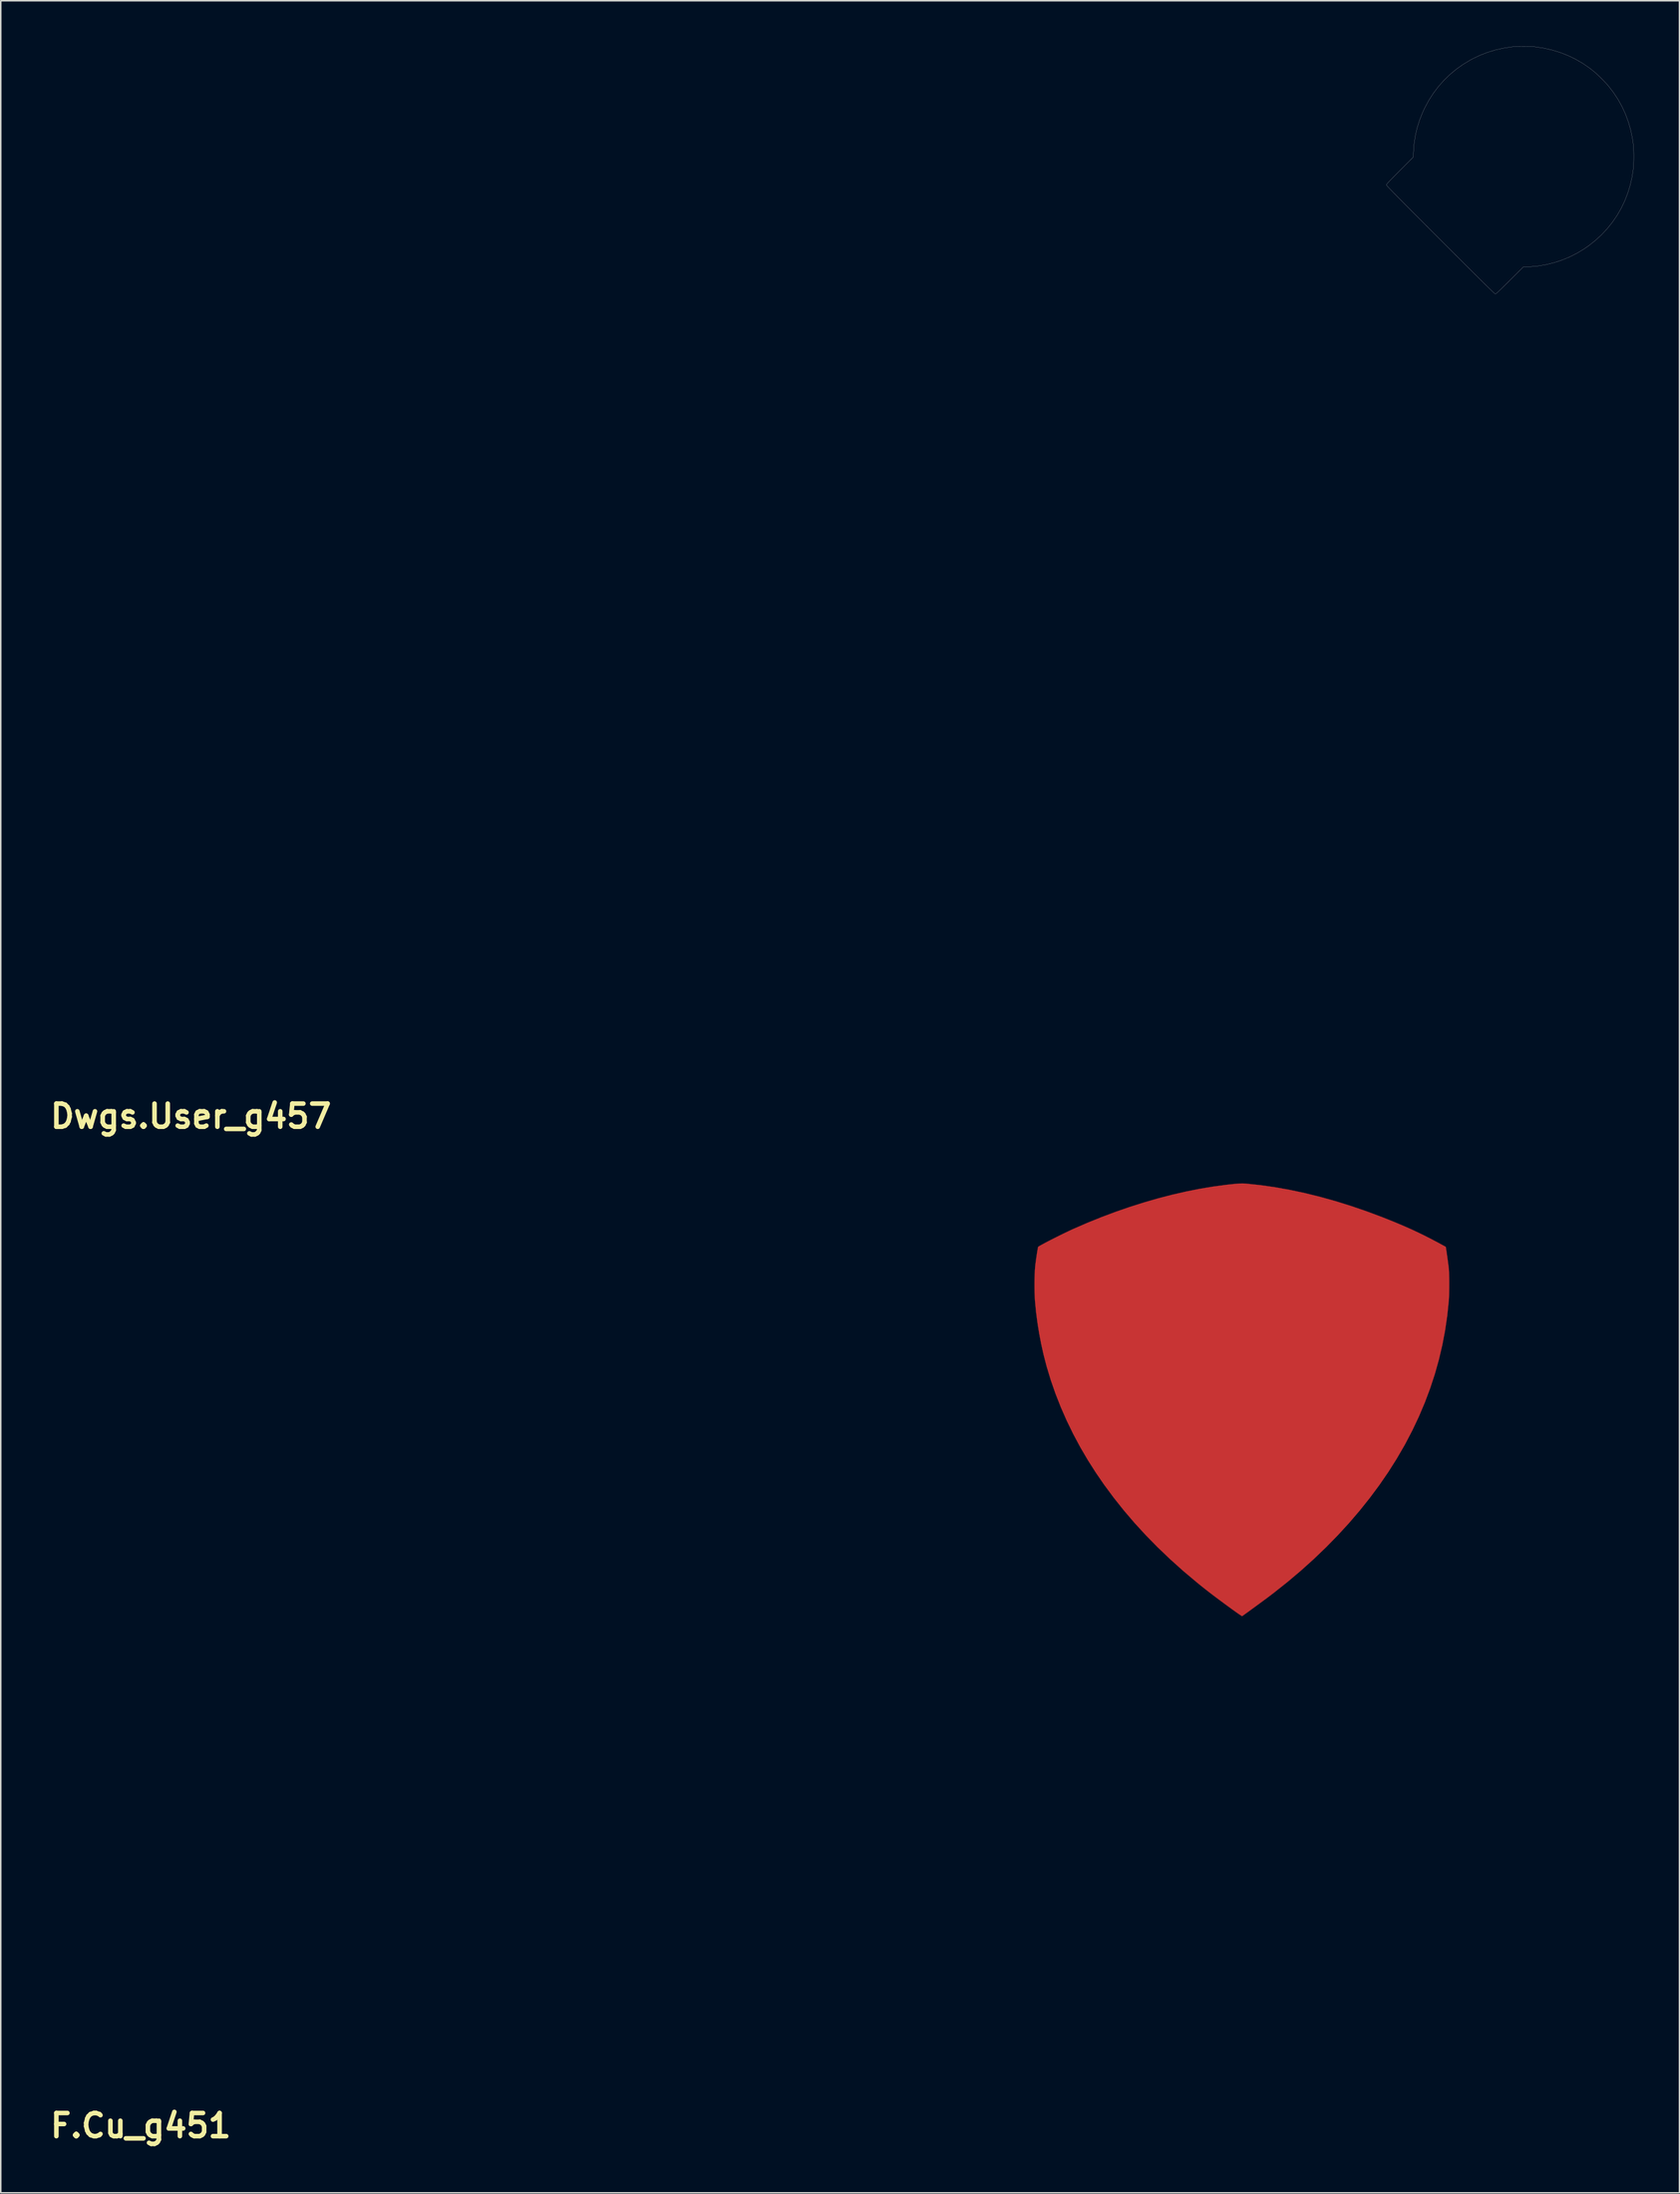
<source format=kicad_pcb>
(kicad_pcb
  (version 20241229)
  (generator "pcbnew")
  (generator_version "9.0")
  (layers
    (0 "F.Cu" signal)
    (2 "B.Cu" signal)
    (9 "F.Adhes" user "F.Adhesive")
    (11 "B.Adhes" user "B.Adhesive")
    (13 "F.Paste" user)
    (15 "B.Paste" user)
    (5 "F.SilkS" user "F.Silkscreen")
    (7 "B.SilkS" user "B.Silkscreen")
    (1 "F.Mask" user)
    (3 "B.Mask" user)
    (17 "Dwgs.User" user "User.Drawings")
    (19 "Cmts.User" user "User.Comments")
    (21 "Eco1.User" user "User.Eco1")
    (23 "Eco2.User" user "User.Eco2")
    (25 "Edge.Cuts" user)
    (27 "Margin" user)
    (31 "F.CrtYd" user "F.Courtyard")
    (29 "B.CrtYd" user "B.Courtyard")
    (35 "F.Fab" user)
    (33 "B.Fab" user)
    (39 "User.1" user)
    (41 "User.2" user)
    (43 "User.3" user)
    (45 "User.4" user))
  (footprint "F.Cu_g451"
    (layer "F.Cu")
    (at 6.212 136.807)
    (property "Reference" "F.Cu_g451" (at 0 0 0) (layer "F.SilkS") (effects (font (size 1.524 1.524) (thickness 0.3))))
    (attr through_hole)
    (fp_poly (pts (xy 72.555 -61.991) (xy 72.648 -61.987) (xy 72.744 -61.98) (xy 72.766 -61.978) (xy 73.704 -61.879) (xy 74.659 -61.742) (xy 75.631 -61.568) (xy 76.617 -61.358) (xy 77.616 -61.111) (xy 78.628 -60.829) (xy 79.649 -60.511) (xy 80.679 -60.158) (xy 81.716 -59.771) (xy 82.307 -59.536) (xy 82.778 -59.341) (xy 83.218 -59.153) (xy 83.635 -58.968) (xy 84.036 -58.781) (xy 84.432 -58.589) (xy 84.831 -58.387) (xy 85.242 -58.171) (xy 85.406 -58.084) (xy 85.535 -58.014) (xy 85.651 -57.951) (xy 85.749 -57.897) (xy 85.825 -57.856) (xy 85.872 -57.83) (xy 85.887 -57.821) (xy 85.892 -57.798) (xy 85.903 -57.739) (xy 85.917 -57.649) (xy 85.934 -57.535) (xy 85.954 -57.403) (xy 85.975 -57.258) (xy 85.996 -57.106) (xy 86.017 -56.953) (xy 86.037 -56.805) (xy 86.055 -56.668) (xy 86.071 -56.548) (xy 86.082 -56.45) (xy 86.088 -56.399) (xy 86.097 -56.285) (xy 86.104 -56.135) (xy 86.109 -55.957) (xy 86.113 -55.758) (xy 86.115 -55.545) (xy 86.115 -55.324) (xy 86.114 -55.103) (xy 86.111 -54.888) (xy 86.107 -54.687) (xy 86.101 -54.507) (xy 86.093 -54.354) (xy 86.088 -54.282) (xy 85.987 -53.298) (xy 85.845 -52.323) (xy 85.661 -51.357) (xy 85.436 -50.401) (xy 85.17 -49.453) (xy 84.862 -48.515) (xy 84.513 -47.585) (xy 84.123 -46.664) (xy 83.691 -45.751) (xy 83.218 -44.847) (xy 83.172 -44.764) (xy 82.662 -43.885) (xy 82.112 -43.015) (xy 81.522 -42.156) (xy 80.893 -41.309) (xy 80.226 -40.473) (xy 79.522 -39.651) (xy 78.781 -38.843) (xy 78.005 -38.051) (xy 77.194 -37.274) (xy 76.35 -36.515) (xy 75.473 -35.774) (xy 74.563 -35.052) (xy 74.237 -34.803) (xy 74.149 -34.737) (xy 74.04 -34.656) (xy 73.914 -34.563) (xy 73.774 -34.46) (xy 73.624 -34.35) (xy 73.47 -34.237) (xy 73.313 -34.122) (xy 73.159 -34.01) (xy 73.012 -33.902) (xy 72.875 -33.803) (xy 72.752 -33.714) (xy 72.648 -33.639) (xy 72.566 -33.58) (xy 72.51 -33.541) (xy 72.485 -33.524) (xy 72.464 -33.534) (xy 72.412 -33.565) (xy 72.335 -33.617) (xy 72.235 -33.685) (xy 72.116 -33.768) (xy 71.984 -33.862) (xy 71.841 -33.966) (xy 71.84 -33.966) (xy 71.529 -34.192) (xy 71.249 -34.398) (xy 70.995 -34.586) (xy 70.762 -34.76) (xy 70.545 -34.923) (xy 70.342 -35.079) (xy 70.146 -35.231) (xy 69.954 -35.383) (xy 69.761 -35.537) (xy 69.563 -35.698) (xy 69.514 -35.738) (xy 68.614 -36.495) (xy 67.755 -37.266) (xy 66.934 -38.049) (xy 66.152 -38.846) (xy 65.407 -39.658) (xy 64.699 -40.486) (xy 64.027 -41.331) (xy 63.39 -42.193) (xy 62.872 -42.947) (xy 62.337 -43.785) (xy 61.837 -44.638) (xy 61.373 -45.504) (xy 60.945 -46.382) (xy 60.555 -47.269) (xy 60.203 -48.163) (xy 59.89 -49.061) (xy 59.618 -49.962) (xy 59.417 -50.736) (xy 59.261 -51.436) (xy 59.126 -52.145) (xy 59.013 -52.851) (xy 58.923 -53.545) (xy 58.859 -54.218) (xy 58.854 -54.277) (xy 58.838 -54.539) (xy 58.827 -54.822) (xy 58.822 -55.117) (xy 58.821 -55.417) (xy 58.825 -55.714) (xy 58.833 -55.999) (xy 58.847 -56.266) (xy 58.864 -56.507) (xy 58.886 -56.706) (xy 58.91 -56.887) (xy 58.935 -57.066) (xy 58.96 -57.238) (xy 58.984 -57.396) (xy 59.006 -57.537) (xy 59.027 -57.655) (xy 59.044 -57.745) (xy 59.057 -57.802) (xy 59.064 -57.82) (xy 59.098 -57.846) (xy 59.167 -57.889) (xy 59.266 -57.945) (xy 59.392 -58.014) (xy 59.54 -58.093) (xy 59.708 -58.181) (xy 59.889 -58.275) (xy 60.082 -58.373) (xy 60.282 -58.473) (xy 60.485 -58.574) (xy 60.687 -58.674) (xy 60.884 -58.769) (xy 61.073 -58.859) (xy 61.249 -58.942) (xy 61.399 -59.01) (xy 62.311 -59.406) (xy 63.233 -59.778) (xy 64.163 -60.126) (xy 65.096 -60.448) (xy 66.028 -60.743) (xy 66.957 -61.011) (xy 67.879 -61.25) (xy 68.79 -61.459) (xy 69.687 -61.638) (xy 70.565 -61.785) (xy 71.423 -61.9) (xy 71.522 -61.911) (xy 71.751 -61.936) (xy 71.943 -61.956) (xy 72.104 -61.971) (xy 72.24 -61.982) (xy 72.357 -61.989) (xy 72.46 -61.991) (xy 72.555 -61.991)) (stroke (width 0.01) (type solid)) (fill yes) (layer "F.Cu")))
  (footprint "Dwgs.User_g457"
    (layer "F.Cu")
    (at 9.514 70.393)
    (property "Reference" "Dwgs.User_g457" (at 0 0 0) (layer "F.SilkS") (effects (font (size 1.524 1.524) (thickness 0.3))))
    (attr through_hole)
    (fp_poly (pts (xy 87.982 -70.385) (xy 88.16 -70.381) (xy 88.317 -70.374) (xy 88.443 -70.364) (xy 88.466 -70.361) (xy 89.035 -70.275) (xy 89.586 -70.15) (xy 90.118 -69.988) (xy 90.63 -69.788) (xy 91.124 -69.55) (xy 91.598 -69.275) (xy 92.052 -68.962) (xy 92.35 -68.727) (xy 92.467 -68.626) (xy 92.603 -68.5) (xy 92.75 -68.359) (xy 92.899 -68.211) (xy 93.042 -68.063) (xy 93.17 -67.926) (xy 93.276 -67.805) (xy 93.289 -67.79) (xy 93.63 -67.347) (xy 93.932 -66.887) (xy 94.197 -66.409) (xy 94.423 -65.913) (xy 94.612 -65.399) (xy 94.763 -64.865) (xy 94.876 -64.311) (xy 94.936 -63.892) (xy 94.946 -63.774) (xy 94.954 -63.622) (xy 94.959 -63.447) (xy 94.962 -63.257) (xy 94.962 -63.061) (xy 94.96 -62.868) (xy 94.955 -62.687) (xy 94.947 -62.528) (xy 94.938 -62.399) (xy 94.935 -62.378) (xy 94.851 -61.818) (xy 94.728 -61.274) (xy 94.567 -60.746) (xy 94.369 -60.236) (xy 94.134 -59.745) (xy 93.863 -59.275) (xy 93.557 -58.828) (xy 93.217 -58.403) (xy 92.844 -58.003) (xy 92.439 -57.629) (xy 92.001 -57.283) (xy 91.688 -57.064) (xy 91.228 -56.786) (xy 90.746 -56.542) (xy 90.247 -56.336) (xy 89.732 -56.166) (xy 89.205 -56.035) (xy 88.67 -55.944) (xy 88.129 -55.893) (xy 88.011 -55.888) (xy 87.683 -55.875) (xy 86.793 -54.989) (xy 86.598 -54.794) (xy 86.43 -54.628) (xy 86.288 -54.489) (xy 86.17 -54.374) (xy 86.073 -54.282) (xy 85.997 -54.211) (xy 85.938 -54.16) (xy 85.895 -54.126) (xy 85.867 -54.107) (xy 85.851 -54.102) (xy 85.84 -54.108) (xy 85.817 -54.125) (xy 85.782 -54.155) (xy 85.734 -54.198) (xy 85.672 -54.256) (xy 85.594 -54.33) (xy 85.501 -54.42) (xy 85.39 -54.527) (xy 85.261 -54.653) (xy 85.114 -54.798) (xy 84.946 -54.964) (xy 84.758 -55.15) (xy 84.548 -55.359) (xy 84.315 -55.59) (xy 84.058 -55.846) (xy 83.776 -56.126) (xy 83.469 -56.433) (xy 83.135 -56.766) (xy 82.774 -57.127) (xy 82.384 -57.517) (xy 82.238 -57.663) (xy 81.837 -58.064) (xy 81.465 -58.436) (xy 81.122 -58.78) (xy 80.805 -59.097) (xy 80.515 -59.388) (xy 80.25 -59.654) (xy 80.01 -59.896) (xy 79.793 -60.115) (xy 79.599 -60.311) (xy 79.426 -60.486) (xy 79.274 -60.641) (xy 79.141 -60.776) (xy 79.027 -60.893) (xy 78.931 -60.992) (xy 78.852 -61.075) (xy 78.789 -61.142) (xy 78.741 -61.195) (xy 78.707 -61.234) (xy 78.686 -61.26) (xy 78.677 -61.275) (xy 78.677 -61.277) (xy 78.683 -61.295) (xy 78.704 -61.325) (xy 78.74 -61.37) (xy 78.794 -61.432) (xy 78.868 -61.511) (xy 78.964 -61.611) (xy 79.082 -61.733) (xy 79.226 -61.879) (xy 79.396 -62.051) (xy 79.563 -62.219) (xy 80.45 -63.108) (xy 80.462 -63.437) (xy 80.503 -63.976) (xy 80.581 -64.502) (xy 80.7 -65.018) (xy 80.858 -65.526) (xy 81.058 -66.03) (xy 81.205 -66.347) (xy 81.468 -66.836) (xy 81.766 -67.3) (xy 82.095 -67.737) (xy 82.456 -68.147) (xy 82.847 -68.528) (xy 83.266 -68.878) (xy 83.714 -69.198) (xy 84.188 -69.484) (xy 84.381 -69.588) (xy 84.857 -69.813) (xy 85.344 -70.001) (xy 85.847 -70.153) (xy 86.369 -70.271) (xy 86.914 -70.356) (xy 86.963 -70.361) (xy 87.081 -70.372) (xy 87.231 -70.379) (xy 87.406 -70.385) (xy 87.595 -70.387) (xy 87.79 -70.388) (xy 87.982 -70.385)) (stroke (width 0.01) (type solid)) (fill no) (layer "Dwgs.User")))
  (gr_rect
    (start -3 -3)
    (end 107.481 141.225)
    (stroke (width 0.1) (type default))
    (fill no)
    (layer "Edge.Cuts")))
</source>
